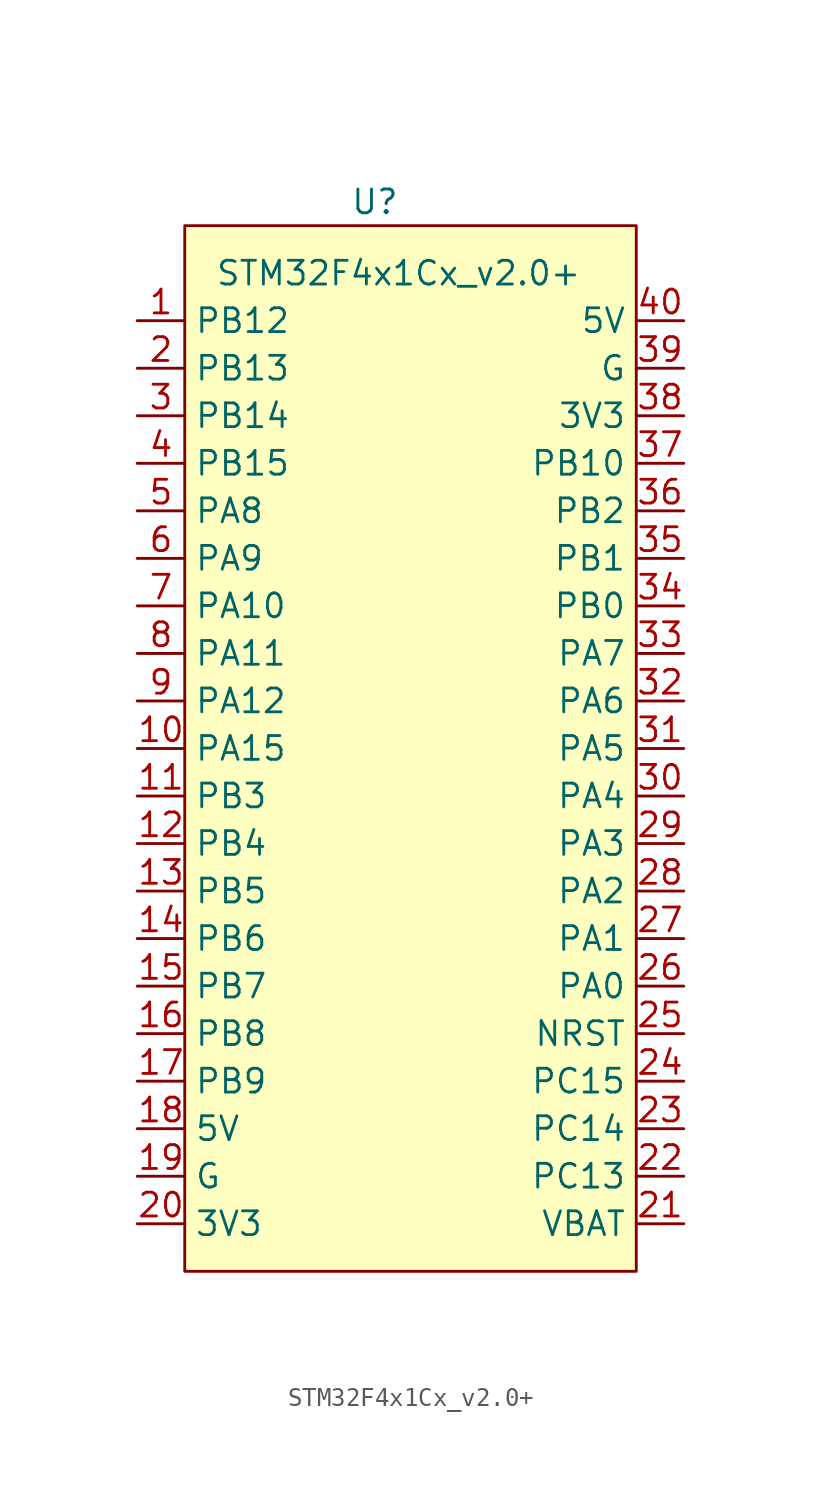
<source format=kicad_sym>
(kicad_symbol_lib
  (version 20231120)
  (generator "kicad_symbol_editor")
  (generator_version "8.0")
  (symbol "STM32F4x1Cx_v2.0+"
    (property "Reference" "U"
      (at 0 2.54 0)
      (effects (font (size 1.27 1.27))))
    (property "Value" "STM32F4x1Cx_v2.0+"
      (at 1.27 -1.27 0)
      (effects (font (size 1.27 1.27))))
    (symbol "STM32F4x1Cx_v2.0+_0_1"
      (rectangle (start -10.16 1.27) (end 13.97 -54.61) (stroke (width 0) (type default)) (fill (type background))))
    (symbol "STM32F4x1Cx_v2.0+_1_1"
      (pin bidirectional line (at -12.7 -3.81 0) (length 2.54) (name "PB12" (effects (font (size 1.27 1.27)))) (number "1" (effects (font (size 1.27 1.27)))))
      (pin bidirectional line (at -12.7 -26.67 0) (length 2.54) (name "PA15" (effects (font (size 1.27 1.27)))) (number "10" (effects (font (size 1.27 1.27)))))
      (pin bidirectional line (at -12.7 -29.21 0) (length 2.54) (name "PB3" (effects (font (size 1.27 1.27)))) (number "11" (effects (font (size 1.27 1.27)))))
      (pin bidirectional line (at -12.7 -31.75 0) (length 2.54) (name "PB4" (effects (font (size 1.27 1.27)))) (number "12" (effects (font (size 1.27 1.27)))))
      (pin bidirectional line (at -12.7 -34.29 0) (length 2.54) (name "PB5" (effects (font (size 1.27 1.27)))) (number "13" (effects (font (size 1.27 1.27)))))
      (pin bidirectional line (at -12.7 -36.83 0) (length 2.54) (name "PB6" (effects (font (size 1.27 1.27)))) (number "14" (effects (font (size 1.27 1.27)))))
      (pin bidirectional line (at -12.7 -39.37 0) (length 2.54) (name "PB7" (effects (font (size 1.27 1.27)))) (number "15" (effects (font (size 1.27 1.27)))))
      (pin bidirectional line (at -12.7 -41.91 0) (length 2.54) (name "PB8" (effects (font (size 1.27 1.27)))) (number "16" (effects (font (size 1.27 1.27)))))
      (pin bidirectional line (at -12.7 -44.45 0) (length 2.54) (name "PB9" (effects (font (size 1.27 1.27)))) (number "17" (effects (font (size 1.27 1.27)))))
      (pin power_out line (at -12.7 -46.99 0) (length 2.54) (name "5V" (effects (font (size 1.27 1.27)))) (number "18" (effects (font (size 1.27 1.27)))))
      (pin passive line (at -12.7 -49.53 0) (length 2.54) (name "G" (effects (font (size 1.27 1.27)))) (number "19" (effects (font (size 1.27 1.27)))))
      (pin bidirectional line (at -12.7 -6.35 0) (length 2.54) (name "PB13" (effects (font (size 1.27 1.27)))) (number "2" (effects (font (size 1.27 1.27)))))
      (pin power_out line (at -12.7 -52.07 0) (length 2.54) (name "3V3" (effects (font (size 1.27 1.27)))) (number "20" (effects (font (size 1.27 1.27)))))
      (pin input line (at 16.51 -52.07 180) (length 2.54) (name "VBAT" (effects (font (size 1.27 1.27)))) (number "21" (effects (font (size 1.27 1.27)))))
      (pin bidirectional line (at 16.51 -49.53 180) (length 2.54) (name "PC13" (effects (font (size 1.27 1.27)))) (number "22" (effects (font (size 1.27 1.27)))))
      (pin bidirectional line (at 16.51 -46.99 180) (length 2.54) (name "PC14" (effects (font (size 1.27 1.27)))) (number "23" (effects (font (size 1.27 1.27)))))
      (pin bidirectional line (at 16.51 -44.45 180) (length 2.54) (name "PC15" (effects (font (size 1.27 1.27)))) (number "24" (effects (font (size 1.27 1.27)))))
      (pin bidirectional line (at 16.51 -41.91 180) (length 2.54) (name "NRST" (effects (font (size 1.27 1.27)))) (number "25" (effects (font (size 1.27 1.27)))))
      (pin bidirectional line (at 16.51 -39.37 180) (length 2.54) (name "PA0" (effects (font (size 1.27 1.27)))) (number "26" (effects (font (size 1.27 1.27)))))
      (pin bidirectional line (at 16.51 -36.83 180) (length 2.54) (name "PA1" (effects (font (size 1.27 1.27)))) (number "27" (effects (font (size 1.27 1.27)))))
      (pin bidirectional line (at 16.51 -34.29 180) (length 2.54) (name "PA2" (effects (font (size 1.27 1.27)))) (number "28" (effects (font (size 1.27 1.27)))))
      (pin bidirectional line (at 16.51 -31.75 180) (length 2.54) (name "PA3" (effects (font (size 1.27 1.27)))) (number "29" (effects (font (size 1.27 1.27)))))
      (pin bidirectional line (at -12.7 -8.89 0) (length 2.54) (name "PB14" (effects (font (size 1.27 1.27)))) (number "3" (effects (font (size 1.27 1.27)))))
      (pin bidirectional line (at 16.51 -29.21 180) (length 2.54) (name "PA4" (effects (font (size 1.27 1.27)))) (number "30" (effects (font (size 1.27 1.27)))))
      (pin bidirectional line (at 16.51 -26.67 180) (length 2.54) (name "PA5" (effects (font (size 1.27 1.27)))) (number "31" (effects (font (size 1.27 1.27)))))
      (pin bidirectional line (at 16.51 -24.13 180) (length 2.54) (name "PA6" (effects (font (size 1.27 1.27)))) (number "32" (effects (font (size 1.27 1.27)))))
      (pin bidirectional line (at 16.51 -21.59 180) (length 2.54) (name "PA7" (effects (font (size 1.27 1.27)))) (number "33" (effects (font (size 1.27 1.27)))))
      (pin bidirectional line (at 16.51 -19.05 180) (length 2.54) (name "PB0" (effects (font (size 1.27 1.27)))) (number "34" (effects (font (size 1.27 1.27)))))
      (pin bidirectional line (at 16.51 -16.51 180) (length 2.54) (name "PB1" (effects (font (size 1.27 1.27)))) (number "35" (effects (font (size 1.27 1.27)))))
      (pin bidirectional line (at 16.51 -13.97 180) (length 2.54) (name "PB2" (effects (font (size 1.27 1.27)))) (number "36" (effects (font (size 1.27 1.27)))))
      (pin bidirectional line (at 16.51 -11.43 180) (length 2.54) (name "PB10" (effects (font (size 1.27 1.27)))) (number "37" (effects (font (size 1.27 1.27)))))
      (pin power_out line (at 16.51 -8.89 180) (length 2.54) (name "3V3" (effects (font (size 1.27 1.27)))) (number "38" (effects (font (size 1.27 1.27)))))
      (pin passive line (at 16.51 -6.35 180) (length 2.54) (name "G" (effects (font (size 1.27 1.27)))) (number "39" (effects (font (size 1.27 1.27)))))
      (pin bidirectional line (at -12.7 -11.43 0) (length 2.54) (name "PB15" (effects (font (size 1.27 1.27)))) (number "4" (effects (font (size 1.27 1.27)))))
      (pin power_out line (at 16.51 -3.81 180) (length 2.54) (name "5V" (effects (font (size 1.27 1.27)))) (number "40" (effects (font (size 1.27 1.27)))))
      (pin bidirectional line (at -12.7 -13.97 0) (length 2.54) (name "PA8" (effects (font (size 1.27 1.27)))) (number "5" (effects (font (size 1.27 1.27)))))
      (pin bidirectional line (at -12.7 -16.51 0) (length 2.54) (name "PA9" (effects (font (size 1.27 1.27)))) (number "6" (effects (font (size 1.27 1.27)))))
      (pin bidirectional line (at -12.7 -19.05 0) (length 2.54) (name "PA10" (effects (font (size 1.27 1.27)))) (number "7" (effects (font (size 1.27 1.27)))))
      (pin bidirectional line (at -12.7 -21.59 0) (length 2.54) (name "PA11" (effects (font (size 1.27 1.27)))) (number "8" (effects (font (size 1.27 1.27)))))
      (pin bidirectional line (at -12.7 -24.13 0) (length 2.54) (name "PA12" (effects (font (size 1.27 1.27)))) (number "9" (effects (font (size 1.27 1.27))))))))
</source>
